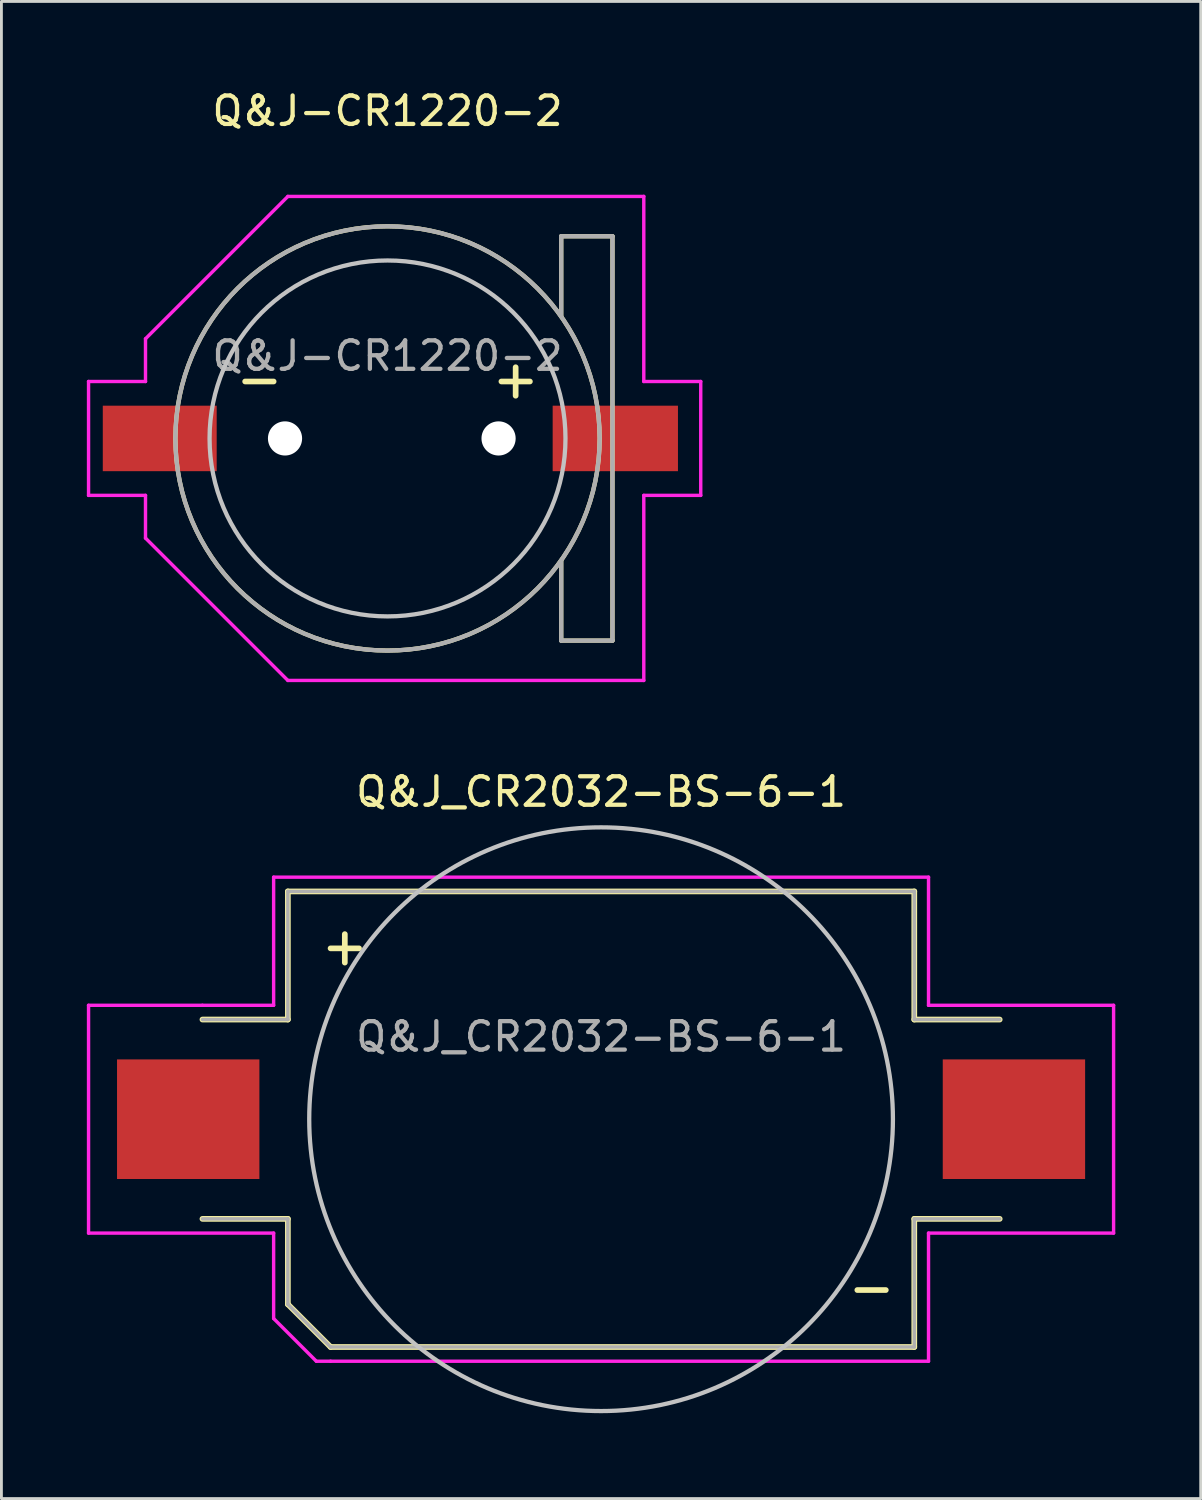
<source format=kicad_pcb>
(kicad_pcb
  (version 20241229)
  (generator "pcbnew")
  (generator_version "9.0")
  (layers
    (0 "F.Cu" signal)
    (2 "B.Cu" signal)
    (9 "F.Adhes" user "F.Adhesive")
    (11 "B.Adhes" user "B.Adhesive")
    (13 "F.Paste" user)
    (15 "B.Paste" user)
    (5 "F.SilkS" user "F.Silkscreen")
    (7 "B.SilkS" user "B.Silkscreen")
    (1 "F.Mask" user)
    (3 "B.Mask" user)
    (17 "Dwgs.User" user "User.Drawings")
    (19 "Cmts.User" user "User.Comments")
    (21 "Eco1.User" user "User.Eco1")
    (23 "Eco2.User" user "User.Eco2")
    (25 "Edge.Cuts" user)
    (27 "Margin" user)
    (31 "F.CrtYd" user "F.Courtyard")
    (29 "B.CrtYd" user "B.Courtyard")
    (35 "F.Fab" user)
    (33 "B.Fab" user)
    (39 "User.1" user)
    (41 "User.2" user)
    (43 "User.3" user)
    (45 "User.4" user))
  (footprint "Q&J_CR2032-BS-6-1"
    (layer "F.Cu")
    (at 18.06 36.257)
    (property "Reference" "Q&J_CR2032-BS-6-1" (at 0 -11.5 0) (layer "F.SilkS") (effects (font (size 1 1) (thickness 0.15))))
    (attr smd)
    (fp_line (start -11 -8) (end -11 -3.5) (stroke (width 0.2) (type solid)) (layer "F.SilkS"))
    (fp_line (start -11 -8) (end 11 -8) (stroke (width 0.2) (type solid)) (layer "F.SilkS"))
    (fp_line (start -11 -3.5) (end -14 -3.5) (stroke (width 0.2) (type solid)) (layer "F.SilkS"))
    (fp_line (start -11 3.5) (end -14 3.5) (stroke (width 0.2) (type solid)) (layer "F.SilkS"))
    (fp_line (start -11 6.5) (end -11 3.5) (stroke (width 0.2) (type solid)) (layer "F.SilkS"))
    (fp_line (start -11 6.5) (end -9.5 8) (stroke (width 0.2) (type solid)) (layer "F.SilkS"))
    (fp_line (start -9.5 -6) (end -8.5 -6) (stroke (width 0.2) (type solid)) (layer "F.SilkS"))
    (fp_line (start -9 -6.5) (end -9 -5.5) (stroke (width 0.2) (type solid)) (layer "F.SilkS"))
    (fp_line (start 9 6) (end 10 6) (stroke (width 0.2) (type solid)) (layer "F.SilkS"))
    (fp_line (start 11 -8) (end 11 -3.5) (stroke (width 0.2) (type solid)) (layer "F.SilkS"))
    (fp_line (start 11 -3.5) (end 14 -3.5) (stroke (width 0.2) (type solid)) (layer "F.SilkS"))
    (fp_line (start 11 3.5) (end 14 3.5) (stroke (width 0.2) (type solid)) (layer "F.SilkS"))
    (fp_line (start 11 8) (end -9.5 8) (stroke (width 0.2) (type solid)) (layer "F.SilkS"))
    (fp_line (start 11 8) (end 11 3.5) (stroke (width 0.2) (type solid)) (layer "F.SilkS"))
    (fp_circle (center 0 0) (end 0 10.25) (stroke (width 0.15) (type solid)) (fill no) (layer "Dwgs.User"))
    (fp_line (start -18 -4) (end -14 -4) (stroke (width 0.12) (type solid)) (layer "F.CrtYd"))
    (fp_line (start -18 4) (end -18 -4) (stroke (width 0.12) (type solid)) (layer "F.CrtYd"))
    (fp_line (start -14 -4) (end -11.5 -4) (stroke (width 0.12) (type solid)) (layer "F.CrtYd"))
    (fp_line (start -11.5 -8.5) (end 11.5 -8.5) (stroke (width 0.12) (type solid)) (layer "F.CrtYd"))
    (fp_line (start -11.5 -4) (end -11.5 -8.5) (stroke (width 0.12) (type solid)) (layer "F.CrtYd"))
    (fp_line (start -11.5 4) (end -18 4) (stroke (width 0.12) (type solid)) (layer "F.CrtYd"))
    (fp_line (start -11.5 7) (end -11.5 4) (stroke (width 0.12) (type solid)) (layer "F.CrtYd"))
    (fp_line (start -10 8.5) (end -11.5 7) (stroke (width 0.12) (type solid)) (layer "F.CrtYd"))
    (fp_line (start -9.5 8.5) (end -10 8.5) (stroke (width 0.12) (type solid)) (layer "F.CrtYd"))
    (fp_line (start 11.5 -8.5) (end 11.5 -4) (stroke (width 0.12) (type solid)) (layer "F.CrtYd"))
    (fp_line (start 11.5 -4) (end 18 -4) (stroke (width 0.12) (type solid)) (layer "F.CrtYd"))
    (fp_line (start 11.5 4) (end 11.5 8.5) (stroke (width 0.12) (type solid)) (layer "F.CrtYd"))
    (fp_line (start 11.5 8.5) (end -9.5 8.5) (stroke (width 0.12) (type solid)) (layer "F.CrtYd"))
    (fp_line (start 18 -4) (end 18 4) (stroke (width 0.12) (type solid)) (layer "F.CrtYd"))
    (fp_line (start 18 4) (end 11.5 4) (stroke (width 0.12) (type solid)) (layer "F.CrtYd"))
    (fp_line (start -14 3.5) (end -11 3.5) (stroke (width 0.12) (type solid)) (layer "F.Fab"))
    (fp_line (start -11 -8) (end -11 -3.5) (stroke (width 0.12) (type solid)) (layer "F.Fab"))
    (fp_line (start -11 -3.5) (end -14 -3.5) (stroke (width 0.12) (type solid)) (layer "F.Fab"))
    (fp_line (start -11 3.5) (end -11 6.5) (stroke (width 0.12) (type solid)) (layer "F.Fab"))
    (fp_line (start -11 6.5) (end -9.5 8) (stroke (width 0.12) (type solid)) (layer "F.Fab"))
    (fp_line (start -9.5 8) (end 11 8) (stroke (width 0.12) (type solid)) (layer "F.Fab"))
    (fp_line (start 11 -8) (end -11 -8) (stroke (width 0.12) (type solid)) (layer "F.Fab"))
    (fp_line (start 11 -3.5) (end 11 -8) (stroke (width 0.12) (type solid)) (layer "F.Fab"))
    (fp_line (start 11 3.5) (end 14 3.5) (stroke (width 0.12) (type solid)) (layer "F.Fab"))
    (fp_line (start 11 8) (end 11 3.5) (stroke (width 0.12) (type solid)) (layer "F.Fab"))
    (fp_line (start 14 -3.5) (end 11 -3.5) (stroke (width 0.12) (type solid)) (layer "F.Fab"))
    (fp_text user "${REFERENCE}" (at 0 -2.9 0) (layer "F.Fab") (effects (font (size 1 1) (thickness 0.15))))
    (pad "1" smd rect (at -14.5 0) (size 5 4.2) (layers "F.Cu" "F.Mask" "F.Paste"))
    (pad "2" smd rect (at 14.5 0) (size 5 4.2) (layers "F.Cu" "F.Mask" "F.Paste")))
  (footprint "Q&J-CR1220-2"
    (layer "F.Cu")
    (at 10.56 12.348)
    (property "Reference" "Q&J-CR1220-2" (at 0 -11.5 0) (layer "F.SilkS") (effects (font (size 1 1) (thickness 0.15))))
    (attr smd)
    (fp_line (start -5 -2) (end -4 -2) (stroke (width 0.2) (type solid)) (layer "F.SilkS"))
    (fp_line (start 4 -2) (end 5 -2) (stroke (width 0.2) (type solid)) (layer "F.SilkS"))
    (fp_line (start 4.5 -2.5) (end 4.5 -1.5) (stroke (width 0.2) (type solid)) (layer "F.SilkS"))
    (fp_line (start 6.1 -7.1) (end 6.1 -4.3) (stroke (width 0.15) (type solid)) (layer "F.SilkS"))
    (fp_line (start 6.1 7.1) (end 6.1 4.3) (stroke (width 0.15) (type solid)) (layer "F.SilkS"))
    (fp_line (start 7.9 -7.1) (end 6.1 -7.1) (stroke (width 0.15) (type solid)) (layer "F.SilkS"))
    (fp_line (start 7.9 7.1) (end 6.1 7.1) (stroke (width 0.15) (type solid)) (layer "F.SilkS"))
    (fp_line (start 7.9 7.1) (end 7.9 -7.1) (stroke (width 0.15) (type solid)) (layer "F.SilkS"))
    (fp_circle (center 0 0) (end 7.45 0) (stroke (width 0.15) (type solid)) (fill no) (layer "F.SilkS"))
    (fp_circle (center 0 0) (end 6.25 0) (stroke (width 0.15) (type solid)) (fill no) (layer "Dwgs.User"))
    (fp_line (start -10.5 -2) (end -10.5 2) (stroke (width 0.12) (type solid)) (layer "F.CrtYd"))
    (fp_line (start -10.5 2) (end -8.5 2) (stroke (width 0.12) (type solid)) (layer "F.CrtYd"))
    (fp_line (start -8.5 -3.5) (end -8.5 -2) (stroke (width 0.12) (type solid)) (layer "F.CrtYd"))
    (fp_line (start -8.5 -3.5) (end -3.5 -8.5) (stroke (width 0.12) (type solid)) (layer "F.CrtYd"))
    (fp_line (start -8.5 -2) (end -10.5 -2) (stroke (width 0.12) (type solid)) (layer "F.CrtYd"))
    (fp_line (start -8.5 2) (end -8.5 3.5) (stroke (width 0.12) (type solid)) (layer "F.CrtYd"))
    (fp_line (start -3.5 8.5) (end -8.5 3.5) (stroke (width 0.12) (type solid)) (layer "F.CrtYd"))
    (fp_line (start -3.5 8.5) (end 9 8.5) (stroke (width 0.12) (type solid)) (layer "F.CrtYd"))
    (fp_line (start 9 -8.5) (end -3.5 -8.5) (stroke (width 0.12) (type solid)) (layer "F.CrtYd"))
    (fp_line (start 9 -2) (end 9 -8.5) (stroke (width 0.12) (type solid)) (layer "F.CrtYd"))
    (fp_line (start 9 2) (end 11 2) (stroke (width 0.12) (type solid)) (layer "F.CrtYd"))
    (fp_line (start 9 8.5) (end 9 2) (stroke (width 0.12) (type solid)) (layer "F.CrtYd"))
    (fp_line (start 11 -2) (end 9 -2) (stroke (width 0.12) (type solid)) (layer "F.CrtYd"))
    (fp_line (start 11 2) (end 11 -2) (stroke (width 0.12) (type solid)) (layer "F.CrtYd"))
    (fp_line (start 6.1 -7.1) (end 6.1 -4.3) (stroke (width 0.15) (type solid)) (layer "F.Fab"))
    (fp_line (start 6.1 7.1) (end 6.1 4.3) (stroke (width 0.15) (type solid)) (layer "F.Fab"))
    (fp_line (start 7.9 -7.1) (end 6.1 -7.1) (stroke (width 0.15) (type solid)) (layer "F.Fab"))
    (fp_line (start 7.9 7.1) (end 6.1 7.1) (stroke (width 0.15) (type solid)) (layer "F.Fab"))
    (fp_line (start 7.9 7.1) (end 7.9 -7.1) (stroke (width 0.15) (type solid)) (layer "F.Fab"))
    (fp_circle (center 0 0) (end 7.45 0) (stroke (width 0.15) (type solid)) (fill no) (layer "F.Fab"))
    (fp_text user "${REFERENCE}" (at 0 -2.9 0) (layer "F.Fab") (effects (font (size 1 1) (thickness 0.15))))
    (pad "" np_thru_hole circle (at -3.6 0 180) (size 1.2 1.2) (drill 1.2) (layers "*.Cu" "*.Mask"))
    (pad "" np_thru_hole circle (at 3.9 0) (size 1.2 1.2) (drill 1.2) (layers "*.Cu" "*.Mask"))
    (pad "1" smd rect (at 8 0) (size 4.4 2.3) (layers "F.Cu" "F.Mask" "F.Paste"))
    (pad "2" smd rect (at -8 0) (size 4 2.3) (layers "F.Cu" "F.Mask" "F.Paste")))
  (gr_rect
    (start -3 -3)
    (end 39.12 49.581)
    (stroke (width 0.1) (type default))
    (fill no)
    (layer "Edge.Cuts")))
</source>
